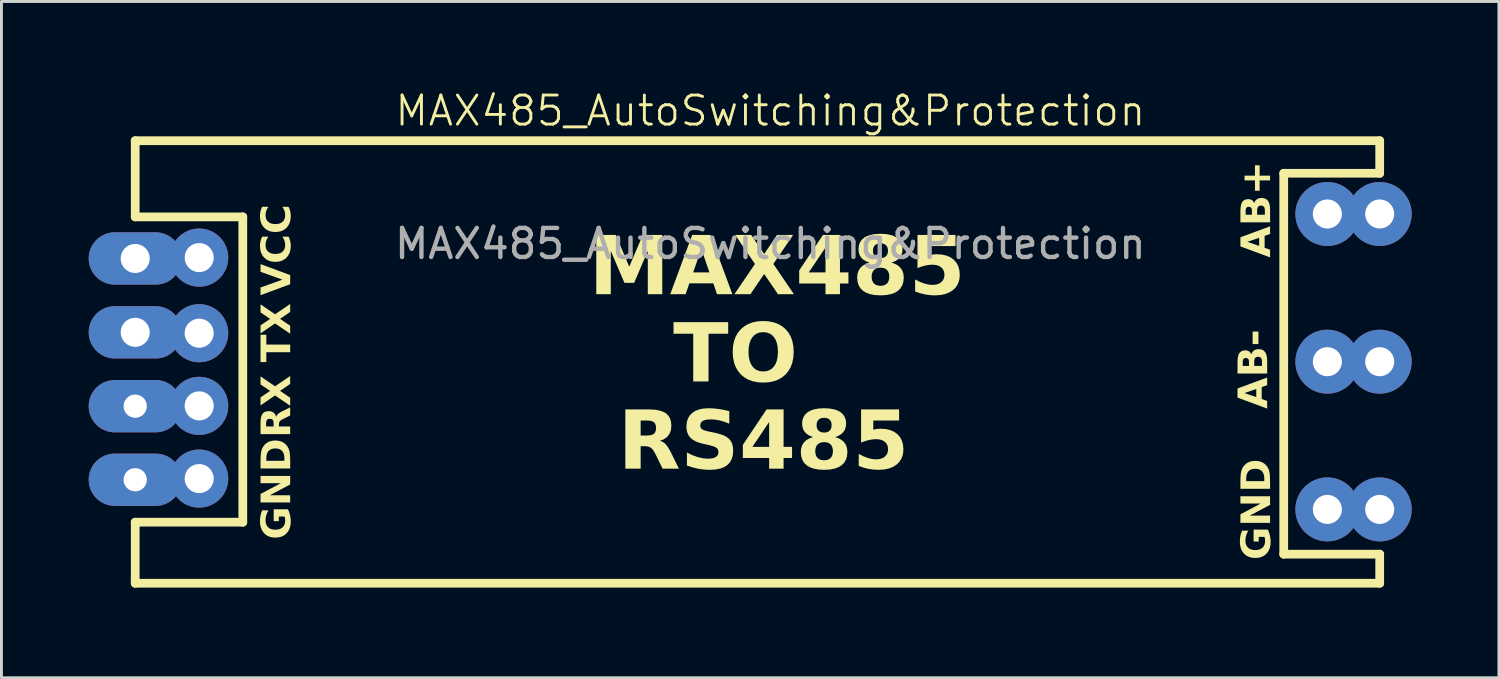
<source format=kicad_pcb>
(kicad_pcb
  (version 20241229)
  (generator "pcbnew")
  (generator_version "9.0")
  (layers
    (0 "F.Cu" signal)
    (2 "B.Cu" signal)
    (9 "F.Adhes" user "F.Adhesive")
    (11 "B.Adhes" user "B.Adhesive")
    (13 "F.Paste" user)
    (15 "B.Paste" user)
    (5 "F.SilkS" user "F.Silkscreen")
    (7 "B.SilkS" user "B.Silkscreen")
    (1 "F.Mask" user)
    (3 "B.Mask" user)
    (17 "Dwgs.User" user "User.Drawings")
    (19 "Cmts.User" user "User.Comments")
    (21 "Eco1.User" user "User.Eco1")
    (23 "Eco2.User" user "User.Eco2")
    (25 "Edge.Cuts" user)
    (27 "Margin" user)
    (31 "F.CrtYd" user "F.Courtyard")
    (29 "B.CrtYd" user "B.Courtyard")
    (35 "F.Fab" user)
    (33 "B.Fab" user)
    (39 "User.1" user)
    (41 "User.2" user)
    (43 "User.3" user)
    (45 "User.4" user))
  (footprint "MAX485_AutoSwitching&Protection"
    (layer "F.Cu")
    (at 1.6 17.009)
    (property "Reference" "MAX485_AutoSwitching&Protection" (at 21.844 -16.248 0) (unlocked yes) (layer "F.SilkS") (effects (font (size 1 1) (thickness 0.1))))
    (attr smd)
    (fp_line (start 0 -15.22) (end 42.8 -15.22) (stroke (width 0.3) (type default)) (layer "F.SilkS"))
    (fp_line (start 0 -12.6) (end 0 -15.22) (stroke (width 0.3) (type default)) (layer "F.SilkS"))
    (fp_line (start 0 -12.6) (end 3.7 -12.6) (stroke (width 0.3) (type default)) (layer "F.SilkS"))
    (fp_line (start 0 -2.1) (end 3.7 -2.1) (stroke (width 0.3) (type default)) (layer "F.SilkS"))
    (fp_line (start 0 0) (end 0 -2.1) (stroke (width 0.3) (type default)) (layer "F.SilkS"))
    (fp_line (start 0 0) (end 42.8 0) (stroke (width 0.3) (type default)) (layer "F.SilkS"))
    (fp_line (start 3.7 -12.6) (end 3.7 -2.1) (stroke (width 0.3) (type default)) (layer "F.SilkS"))
    (fp_line (start 39.5 -14.1) (end 39.5 -1) (stroke (width 0.3) (type default)) (layer "F.SilkS"))
    (fp_line (start 42.8 -14.1) (end 39.5 -14.1) (stroke (width 0.3) (type default)) (layer "F.SilkS"))
    (fp_line (start 42.8 -14.1) (end 42.8 -15.22) (stroke (width 0.3) (type default)) (layer "F.SilkS"))
    (fp_line (start 42.8 -1) (end 39.5 -1) (stroke (width 0.3) (type default)) (layer "F.SilkS"))
    (fp_line (start 42.8 0) (end 42.8 -1) (stroke (width 0.3) (type default)) (layer "F.SilkS"))
    (fp_text user "GND" (at 5.5 -1.5 90) (unlocked yes) (layer "F.SilkS") (effects (font (face "Arial") (size 1 1) (thickness 0.175) (bold yes)) (justify left bottom)))
    (fp_text user "GND" (at 39.2 -0.8 90) (unlocked yes) (layer "F.SilkS") (effects (font (face "Arial") (size 1 1) (thickness 0.175) (bold yes)) (justify left bottom)))
    (fp_text user "RX" (at 5.5 -5 90) (unlocked yes) (layer "F.SilkS") (effects (font (face "Arial") (size 1 1) (thickness 0.175) (bold yes)) (justify left bottom)))
    (fp_text user "TX" (at 5.5 -7.6 90) (unlocked yes) (layer "F.SilkS") (effects (font (face "Arial") (size 1 1) (thickness 0.175) (bold yes)) (justify left bottom)))
    (fp_text user "RS485 " (at 16.6 -3.6 0) (unlocked yes) (layer "F.SilkS") (effects (font (face "Arial") (size 2 2) (thickness 0.175) (bold yes)) (justify left bottom)))
    (fp_text user "VCC" (at 5.5 -9.9 90) (unlocked yes) (layer "F.SilkS") (effects (font (face "Arial") (size 1 1) (thickness 0.175) (bold yes)) (justify left bottom)))
    (fp_text user "AB-" (at 39.1 -6 90) (unlocked yes) (layer "F.SilkS") (effects (font (face "Arial") (size 1 1) (thickness 0.175) (bold yes)) (justify left bottom)))
    (fp_text user "TO" (at 18.5 -6.6 0) (unlocked yes) (layer "F.SilkS") (effects (font (face "Arial") (size 2 2) (thickness 0.175) (bold yes)) (justify left bottom)))
    (fp_text user "MAX485" (at 15.6 -9.6 0) (unlocked yes) (layer "F.SilkS") (effects (font (face "Arial") (size 2 2) (thickness 0.175) (bold yes)) (justify left bottom)))
    (fp_text user "AB+" (at 39.2 -11.2 90) (unlocked yes) (layer "F.SilkS") (effects (font (face "Arial") (size 1 1) (thickness 0.175) (bold yes)) (justify left bottom)))
    (fp_text user "${REFERENCE}" (at 21.844 -11.676 0) (unlocked yes) (layer "F.Fab") (effects (font (size 1 1) (thickness 0.15))))
    (pad "1" thru_hole oval (at 0 -11.17) (size 3.2 1.8) (drill 1) (layers "*.Cu" "*.Mask"))
    (pad "1" thru_hole circle (at 2.2 -11.2) (size 2 2) (drill 1) (layers "*.Cu" "*.Mask"))
    (pad "2" thru_hole oval (at 0 -8.63) (size 3.2 1.8) (drill 1) (layers "*.Cu" "*.Mask"))
    (pad "2" thru_hole circle (at 2.2 -8.6) (size 2 2) (drill 1) (layers "*.Cu" "*.Mask"))
    (pad "3" thru_hole oval (at 0 -6.09) (size 3.2 1.8) (drill 0.8) (layers "*.Cu" "*.Mask"))
    (pad "3" thru_hole circle (at 2.2 -6.1) (size 2 2) (drill 1) (layers "*.Cu" "*.Mask"))
    (pad "4" thru_hole oval (at 0 -3.56) (size 3.2 1.8) (drill 0.8) (layers "*.Cu" "*.Mask"))
    (pad "4" thru_hole circle (at 2.2 -3.6) (size 2 2) (drill 1) (layers "*.Cu" "*.Mask"))
    (pad "5" thru_hole circle (at 41 -12.7) (size 2.2 2.2) (drill 1) (layers "*.Cu" "*.Mask"))
    (pad "5" thru_hole circle (at 42.8 -12.7) (size 2.2 2.2) (drill 1) (layers "*.Cu" "*.Mask"))
    (pad "6" thru_hole circle (at 41 -7.62) (size 2.2 2.2) (drill 1) (layers "*.Cu" "*.Mask"))
    (pad "6" thru_hole circle (at 42.8 -7.62) (size 2.2 2.2) (drill 1) (layers "*.Cu" "*.Mask"))
    (pad "7" thru_hole circle (at 41 -2.54) (size 2.2 2.2) (drill 1) (layers "*.Cu" "*.Mask"))
    (pad "7" thru_hole circle (at 42.8 -2.54) (size 2.2 2.2) (drill 1) (layers "*.Cu" "*.Mask")))
  (gr_rect
    (start -3 -3)
    (end 48.5 20.259)
    (stroke (width 0.1) (type default))
    (fill no)
    (layer "Edge.Cuts")))
</source>
